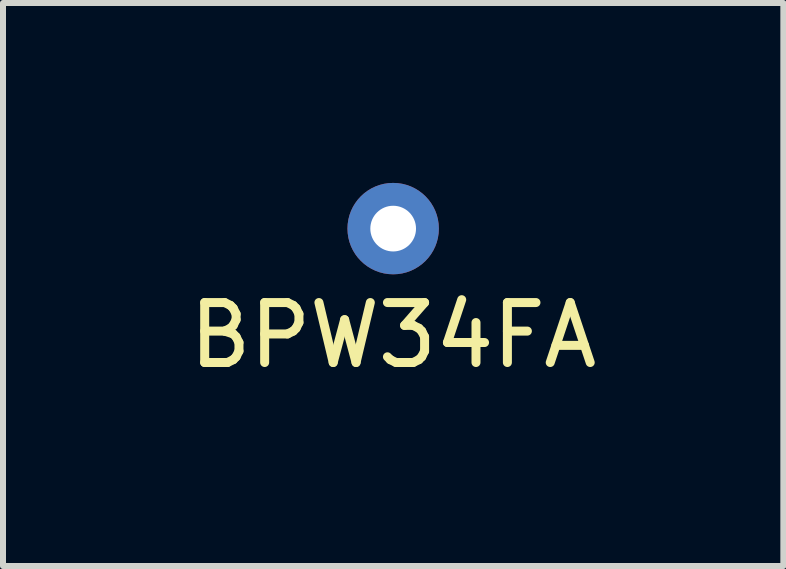
<source format=kicad_pcb>
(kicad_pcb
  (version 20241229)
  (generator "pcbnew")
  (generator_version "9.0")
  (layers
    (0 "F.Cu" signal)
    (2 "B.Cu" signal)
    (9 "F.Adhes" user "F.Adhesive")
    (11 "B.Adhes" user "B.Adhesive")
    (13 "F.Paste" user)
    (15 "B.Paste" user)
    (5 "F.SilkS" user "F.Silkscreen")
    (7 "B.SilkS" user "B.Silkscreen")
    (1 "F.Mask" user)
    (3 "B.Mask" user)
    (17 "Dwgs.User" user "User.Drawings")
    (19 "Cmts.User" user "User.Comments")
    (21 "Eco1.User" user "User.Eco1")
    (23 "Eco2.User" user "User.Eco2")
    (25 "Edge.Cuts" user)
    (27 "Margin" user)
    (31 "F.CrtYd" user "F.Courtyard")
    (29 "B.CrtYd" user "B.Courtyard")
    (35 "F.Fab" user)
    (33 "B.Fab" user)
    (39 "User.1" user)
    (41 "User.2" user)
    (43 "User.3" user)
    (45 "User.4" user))
  (footprint "BPW34FA"
    (layer "F.Cu")
    (at 3.506 0.762)
    (property "Reference" "BPW34FA" (at 0 1.778 0) (layer "F.SilkS") (effects (font (size 1 1) (thickness 0.15))))
    (attr through_hole)
    (pad "1" thru_hole circle (at 0 0) (size 1.524 1.524) (drill 0.762) (layers "*.Cu" "*.Mask")))
  (gr_rect
    (start -3 -3)
    (end 10.012 6.388)
    (stroke (width 0.1) (type default))
    (fill no)
    (layer "Edge.Cuts")))
</source>
